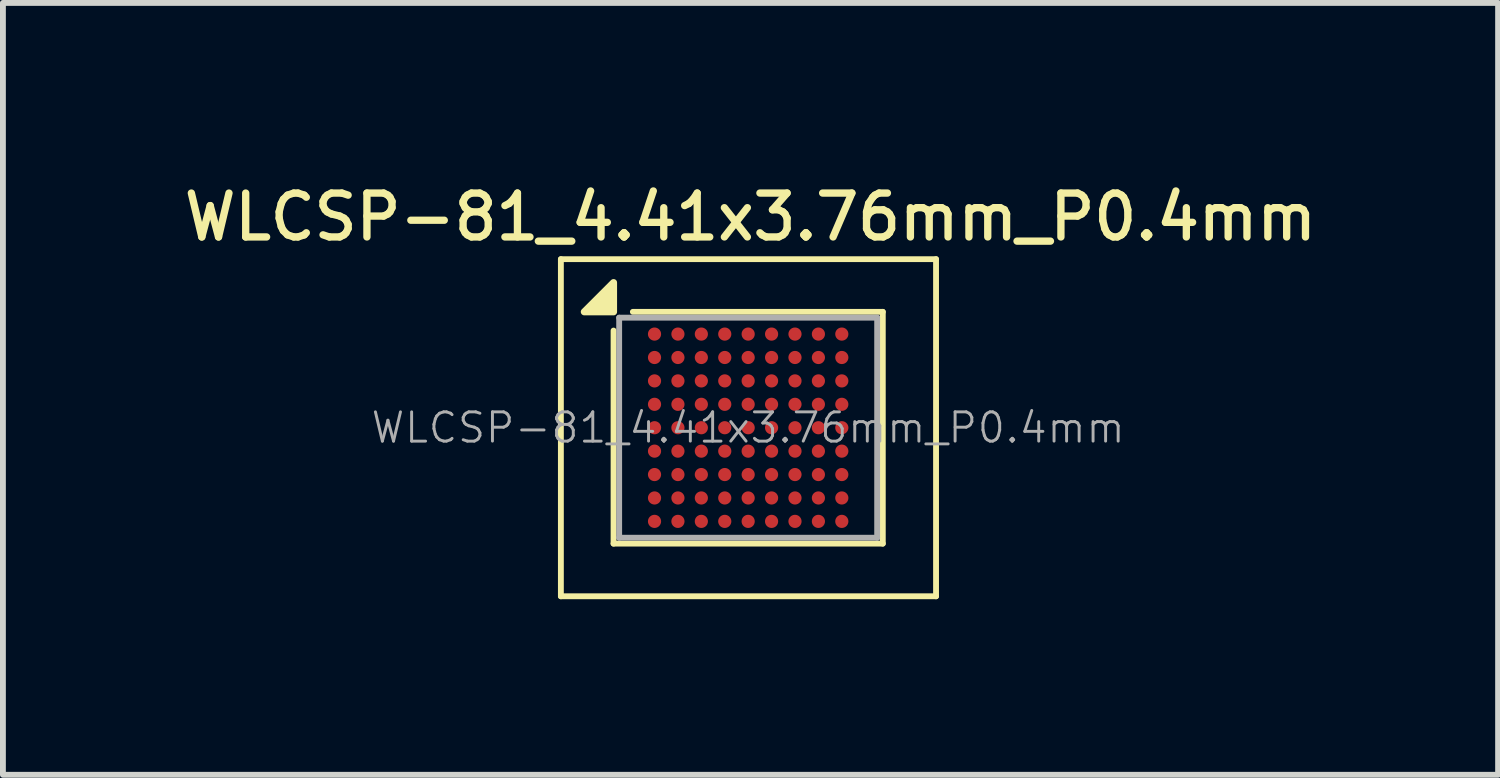
<source format=kicad_pcb>
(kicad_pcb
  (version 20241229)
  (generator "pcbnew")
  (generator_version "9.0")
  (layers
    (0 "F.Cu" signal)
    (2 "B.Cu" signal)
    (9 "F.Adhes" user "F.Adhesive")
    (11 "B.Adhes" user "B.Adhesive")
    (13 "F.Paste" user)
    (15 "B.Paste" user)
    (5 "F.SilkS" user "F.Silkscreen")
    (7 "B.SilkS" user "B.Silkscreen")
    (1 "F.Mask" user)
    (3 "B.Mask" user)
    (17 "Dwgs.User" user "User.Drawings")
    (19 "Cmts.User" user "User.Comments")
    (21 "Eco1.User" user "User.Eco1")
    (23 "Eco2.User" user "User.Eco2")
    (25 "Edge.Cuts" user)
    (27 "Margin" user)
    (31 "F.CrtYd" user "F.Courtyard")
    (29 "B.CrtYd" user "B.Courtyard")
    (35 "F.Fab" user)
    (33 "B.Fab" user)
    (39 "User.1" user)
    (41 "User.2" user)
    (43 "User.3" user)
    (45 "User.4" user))
  (footprint "WLCSP-81_4.41x3.76mm_P0.4mm"
    (layer "F.Cu")
    (at 9.733 4.258)
    (property "Reference" "WLCSP-81_4.41x3.76mm_P0.4mm" (at 0.04 -3.6 0) (layer "F.SilkS") (effects (font (size 0.75 0.75) (thickness 0.125))))
    (attr smd)
    (fp_line (start -3.2 -2.88) (end -3.2 2.88) (stroke (width 0.1) (type solid)) (layer "F.SilkS"))
    (fp_line (start -3.2 -2.88) (end 3.21 -2.88) (stroke (width 0.1) (type solid)) (layer "F.SilkS"))
    (fp_line (start -3.2 2.88) (end 3.21 2.88) (stroke (width 0.1) (type solid)) (layer "F.SilkS"))
    (fp_line (start -2.3 -1.66) (end -2.3 1.98) (stroke (width 0.1) (type solid)) (layer "F.SilkS"))
    (fp_line (start -2.3 1.98) (end 2.3 1.98) (stroke (width 0.1) (type solid)) (layer "F.SilkS"))
    (fp_line (start -1.97 -1.98) (end 2.3 -1.98) (stroke (width 0.1) (type solid)) (layer "F.SilkS"))
    (fp_line (start 2.3 -1.98) (end 2.3 1.98) (stroke (width 0.1) (type solid)) (layer "F.SilkS"))
    (fp_line (start 3.21 2.88) (end 3.21 -2.88) (stroke (width 0.1) (type solid)) (layer "F.SilkS"))
    (fp_poly (pts (xy -2.3 -1.98) (xy -2.8 -1.98) (xy -2.3 -2.48) (xy -2.3 -1.98)) (stroke (width 0.12) (type solid)) (fill yes) (layer "F.SilkS"))
    (fp_line (start -2.204 -1.88) (end -2.204 1.88) (stroke (width 0.1) (type solid)) (layer "F.Fab"))
    (fp_line (start -2.204 -1.88) (end 2.204 -1.88) (stroke (width 0.1) (type solid)) (layer "F.Fab"))
    (fp_line (start -2.204 1.88) (end 2.204 1.88) (stroke (width 0.1) (type solid)) (layer "F.Fab"))
    (fp_line (start 2.204 -1.88) (end 2.204 1.88) (stroke (width 0.1) (type solid)) (layer "F.Fab"))
    (fp_text user "${REFERENCE}" (at 0 0 0) (layer "F.Fab") (effects (font (size 0.5 0.5) (thickness 0.05))))
    (pad "A1" smd circle (at -1.6 -1.6) (size 0.225 0.225) (property pad_prop_bga) (layers "F.Cu" "F.Mask" "F.Paste"))
    (pad "A2" smd circle (at -1.2 -1.6) (size 0.225 0.225) (property pad_prop_bga) (layers "F.Cu" "F.Mask" "F.Paste"))
    (pad "A3" smd circle (at -0.8 -1.6) (size 0.225 0.225) (property pad_prop_bga) (layers "F.Cu" "F.Mask" "F.Paste"))
    (pad "A4" smd circle (at -0.4 -1.6) (size 0.225 0.225) (property pad_prop_bga) (layers "F.Cu" "F.Mask" "F.Paste"))
    (pad "A5" smd circle (at 0 -1.6) (size 0.225 0.225) (property pad_prop_bga) (layers "F.Cu" "F.Mask" "F.Paste"))
    (pad "A6" smd circle (at 0.4 -1.6) (size 0.225 0.225) (property pad_prop_bga) (layers "F.Cu" "F.Mask" "F.Paste"))
    (pad "A7" smd circle (at 0.8 -1.6) (size 0.225 0.225) (property pad_prop_bga) (layers "F.Cu" "F.Mask" "F.Paste"))
    (pad "A8" smd circle (at 1.2 -1.6) (size 0.225 0.225) (property pad_prop_bga) (layers "F.Cu" "F.Mask" "F.Paste"))
    (pad "A9" smd circle (at 1.6 -1.6) (size 0.225 0.225) (property pad_prop_bga) (layers "F.Cu" "F.Mask" "F.Paste"))
    (pad "B1" smd circle (at -1.6 -1.2) (size 0.225 0.225) (property pad_prop_bga) (layers "F.Cu" "F.Mask" "F.Paste"))
    (pad "B2" smd circle (at -1.2 -1.2) (size 0.225 0.225) (property pad_prop_bga) (layers "F.Cu" "F.Mask" "F.Paste"))
    (pad "B3" smd circle (at -0.8 -1.2) (size 0.225 0.225) (property pad_prop_bga) (layers "F.Cu" "F.Mask" "F.Paste"))
    (pad "B4" smd circle (at -0.4 -1.2) (size 0.225 0.225) (property pad_prop_bga) (layers "F.Cu" "F.Mask" "F.Paste"))
    (pad "B5" smd circle (at 0 -1.2) (size 0.225 0.225) (property pad_prop_bga) (layers "F.Cu" "F.Mask" "F.Paste"))
    (pad "B6" smd circle (at 0.4 -1.2) (size 0.225 0.225) (property pad_prop_bga) (layers "F.Cu" "F.Mask" "F.Paste"))
    (pad "B7" smd circle (at 0.8 -1.2) (size 0.225 0.225) (property pad_prop_bga) (layers "F.Cu" "F.Mask" "F.Paste"))
    (pad "B8" smd circle (at 1.2 -1.2) (size 0.225 0.225) (property pad_prop_bga) (layers "F.Cu" "F.Mask" "F.Paste"))
    (pad "B9" smd circle (at 1.6 -1.2) (size 0.225 0.225) (property pad_prop_bga) (layers "F.Cu" "F.Mask" "F.Paste"))
    (pad "C1" smd circle (at -1.6 -0.8) (size 0.225 0.225) (property pad_prop_bga) (layers "F.Cu" "F.Mask" "F.Paste"))
    (pad "C2" smd circle (at -1.2 -0.8) (size 0.225 0.225) (property pad_prop_bga) (layers "F.Cu" "F.Mask" "F.Paste"))
    (pad "C3" smd circle (at -0.8 -0.8) (size 0.225 0.225) (property pad_prop_bga) (layers "F.Cu" "F.Mask" "F.Paste"))
    (pad "C4" smd circle (at -0.4 -0.8) (size 0.225 0.225) (property pad_prop_bga) (layers "F.Cu" "F.Mask" "F.Paste"))
    (pad "C5" smd circle (at 0 -0.8) (size 0.225 0.225) (property pad_prop_bga) (layers "F.Cu" "F.Mask" "F.Paste"))
    (pad "C6" smd circle (at 0.4 -0.8) (size 0.225 0.225) (property pad_prop_bga) (layers "F.Cu" "F.Mask" "F.Paste"))
    (pad "C7" smd circle (at 0.8 -0.8) (size 0.225 0.225) (property pad_prop_bga) (layers "F.Cu" "F.Mask" "F.Paste"))
    (pad "C8" smd circle (at 1.2 -0.8) (size 0.225 0.225) (property pad_prop_bga) (layers "F.Cu" "F.Mask" "F.Paste"))
    (pad "C9" smd circle (at 1.6 -0.8) (size 0.225 0.225) (property pad_prop_bga) (layers "F.Cu" "F.Mask" "F.Paste"))
    (pad "D1" smd circle (at -1.6 -0.4) (size 0.225 0.225) (property pad_prop_bga) (layers "F.Cu" "F.Mask" "F.Paste"))
    (pad "D2" smd circle (at -1.2 -0.4) (size 0.225 0.225) (property pad_prop_bga) (layers "F.Cu" "F.Mask" "F.Paste"))
    (pad "D3" smd circle (at -0.8 -0.4) (size 0.225 0.225) (property pad_prop_bga) (layers "F.Cu" "F.Mask" "F.Paste"))
    (pad "D4" smd circle (at -0.4 -0.4) (size 0.225 0.225) (property pad_prop_bga) (layers "F.Cu" "F.Mask" "F.Paste"))
    (pad "D5" smd circle (at 0 -0.4) (size 0.225 0.225) (property pad_prop_bga) (layers "F.Cu" "F.Mask" "F.Paste"))
    (pad "D6" smd circle (at 0.4 -0.4) (size 0.225 0.225) (property pad_prop_bga) (layers "F.Cu" "F.Mask" "F.Paste"))
    (pad "D7" smd circle (at 0.8 -0.4) (size 0.225 0.225) (property pad_prop_bga) (layers "F.Cu" "F.Mask" "F.Paste"))
    (pad "D8" smd circle (at 1.2 -0.4) (size 0.225 0.225) (property pad_prop_bga) (layers "F.Cu" "F.Mask" "F.Paste"))
    (pad "D9" smd circle (at 1.6 -0.4) (size 0.225 0.225) (property pad_prop_bga) (layers "F.Cu" "F.Mask" "F.Paste"))
    (pad "E1" smd circle (at -1.6 0) (size 0.225 0.225) (property pad_prop_bga) (layers "F.Cu" "F.Mask" "F.Paste"))
    (pad "E2" smd circle (at -1.2 0) (size 0.225 0.225) (property pad_prop_bga) (layers "F.Cu" "F.Mask" "F.Paste"))
    (pad "E3" smd circle (at -0.8 0) (size 0.225 0.225) (property pad_prop_bga) (layers "F.Cu" "F.Mask" "F.Paste"))
    (pad "E4" smd circle (at -0.4 0) (size 0.225 0.225) (property pad_prop_bga) (layers "F.Cu" "F.Mask" "F.Paste"))
    (pad "E5" smd circle (at 0 0) (size 0.225 0.225) (property pad_prop_bga) (layers "F.Cu" "F.Mask" "F.Paste"))
    (pad "E6" smd circle (at 0.4 0) (size 0.225 0.225) (property pad_prop_bga) (layers "F.Cu" "F.Mask" "F.Paste"))
    (pad "E7" smd circle (at 0.8 0) (size 0.225 0.225) (property pad_prop_bga) (layers "F.Cu" "F.Mask" "F.Paste"))
    (pad "E8" smd circle (at 1.2 0) (size 0.225 0.225) (property pad_prop_bga) (layers "F.Cu" "F.Mask" "F.Paste"))
    (pad "E9" smd circle (at 1.6 0) (size 0.225 0.225) (property pad_prop_bga) (layers "F.Cu" "F.Mask" "F.Paste"))
    (pad "F1" smd circle (at -1.6 0.4) (size 0.225 0.225) (property pad_prop_bga) (layers "F.Cu" "F.Mask" "F.Paste"))
    (pad "F2" smd circle (at -1.2 0.4) (size 0.225 0.225) (property pad_prop_bga) (layers "F.Cu" "F.Mask" "F.Paste"))
    (pad "F3" smd circle (at -0.8 0.4) (size 0.225 0.225) (property pad_prop_bga) (layers "F.Cu" "F.Mask" "F.Paste"))
    (pad "F4" smd circle (at -0.4 0.4) (size 0.225 0.225) (property pad_prop_bga) (layers "F.Cu" "F.Mask" "F.Paste"))
    (pad "F5" smd circle (at 0 0.4) (size 0.225 0.225) (property pad_prop_bga) (layers "F.Cu" "F.Mask" "F.Paste"))
    (pad "F6" smd circle (at 0.4 0.4) (size 0.225 0.225) (property pad_prop_bga) (layers "F.Cu" "F.Mask" "F.Paste"))
    (pad "F7" smd circle (at 0.8 0.4) (size 0.225 0.225) (property pad_prop_bga) (layers "F.Cu" "F.Mask" "F.Paste"))
    (pad "F8" smd circle (at 1.2 0.4) (size 0.225 0.225) (property pad_prop_bga) (layers "F.Cu" "F.Mask" "F.Paste"))
    (pad "F9" smd circle (at 1.6 0.4) (size 0.225 0.225) (property pad_prop_bga) (layers "F.Cu" "F.Mask" "F.Paste"))
    (pad "G1" smd circle (at -1.6 0.8) (size 0.225 0.225) (property pad_prop_bga) (layers "F.Cu" "F.Mask" "F.Paste"))
    (pad "G2" smd circle (at -1.2 0.8) (size 0.225 0.225) (property pad_prop_bga) (layers "F.Cu" "F.Mask" "F.Paste"))
    (pad "G3" smd circle (at -0.8 0.8) (size 0.225 0.225) (property pad_prop_bga) (layers "F.Cu" "F.Mask" "F.Paste"))
    (pad "G4" smd circle (at -0.4 0.8) (size 0.225 0.225) (property pad_prop_bga) (layers "F.Cu" "F.Mask" "F.Paste"))
    (pad "G5" smd circle (at 0 0.8) (size 0.225 0.225) (property pad_prop_bga) (layers "F.Cu" "F.Mask" "F.Paste"))
    (pad "G6" smd circle (at 0.4 0.8) (size 0.225 0.225) (property pad_prop_bga) (layers "F.Cu" "F.Mask" "F.Paste"))
    (pad "G7" smd circle (at 0.8 0.8) (size 0.225 0.225) (property pad_prop_bga) (layers "F.Cu" "F.Mask" "F.Paste"))
    (pad "G8" smd circle (at 1.2 0.8) (size 0.225 0.225) (property pad_prop_bga) (layers "F.Cu" "F.Mask" "F.Paste"))
    (pad "G9" smd circle (at 1.6 0.8) (size 0.225 0.225) (property pad_prop_bga) (layers "F.Cu" "F.Mask" "F.Paste"))
    (pad "H1" smd circle (at -1.6 1.2) (size 0.225 0.225) (property pad_prop_bga) (layers "F.Cu" "F.Mask" "F.Paste"))
    (pad "H2" smd circle (at -1.2 1.2) (size 0.225 0.225) (property pad_prop_bga) (layers "F.Cu" "F.Mask" "F.Paste"))
    (pad "H3" smd circle (at -0.8 1.2) (size 0.225 0.225) (property pad_prop_bga) (layers "F.Cu" "F.Mask" "F.Paste"))
    (pad "H4" smd circle (at -0.4 1.2) (size 0.225 0.225) (property pad_prop_bga) (layers "F.Cu" "F.Mask" "F.Paste"))
    (pad "H5" smd circle (at 0 1.2) (size 0.225 0.225) (property pad_prop_bga) (layers "F.Cu" "F.Mask" "F.Paste"))
    (pad "H6" smd circle (at 0.4 1.2) (size 0.225 0.225) (property pad_prop_bga) (layers "F.Cu" "F.Mask" "F.Paste"))
    (pad "H7" smd circle (at 0.8 1.2) (size 0.225 0.225) (property pad_prop_bga) (layers "F.Cu" "F.Mask" "F.Paste"))
    (pad "H8" smd circle (at 1.2 1.2) (size 0.225 0.225) (property pad_prop_bga) (layers "F.Cu" "F.Mask" "F.Paste"))
    (pad "H9" smd circle (at 1.6 1.2) (size 0.225 0.225) (property pad_prop_bga) (layers "F.Cu" "F.Mask" "F.Paste"))
    (pad "J1" smd circle (at -1.6 1.6) (size 0.225 0.225) (property pad_prop_bga) (layers "F.Cu" "F.Mask" "F.Paste"))
    (pad "J2" smd circle (at -1.2 1.6) (size 0.225 0.225) (property pad_prop_bga) (layers "F.Cu" "F.Mask" "F.Paste"))
    (pad "J3" smd circle (at -0.8 1.6) (size 0.225 0.225) (property pad_prop_bga) (layers "F.Cu" "F.Mask" "F.Paste"))
    (pad "J4" smd circle (at -0.4 1.6) (size 0.225 0.225) (property pad_prop_bga) (layers "F.Cu" "F.Mask" "F.Paste"))
    (pad "J5" smd circle (at 0 1.6) (size 0.225 0.225) (property pad_prop_bga) (layers "F.Cu" "F.Mask" "F.Paste"))
    (pad "J6" smd circle (at 0.4 1.6) (size 0.225 0.225) (property pad_prop_bga) (layers "F.Cu" "F.Mask" "F.Paste"))
    (pad "J7" smd circle (at 0.8 1.6) (size 0.225 0.225) (property pad_prop_bga) (layers "F.Cu" "F.Mask" "F.Paste"))
    (pad "J8" smd circle (at 1.2 1.6) (size 0.225 0.225) (property pad_prop_bga) (layers "F.Cu" "F.Mask" "F.Paste"))
    (pad "J9" smd circle (at 1.6 1.6) (size 0.225 0.225) (property pad_prop_bga) (layers "F.Cu" "F.Mask" "F.Paste")))
  (gr_rect
    (start -3 -3)
    (end 22.546 10.188)
    (stroke (width 0.1) (type default))
    (fill no)
    (layer "Edge.Cuts")))
</source>
